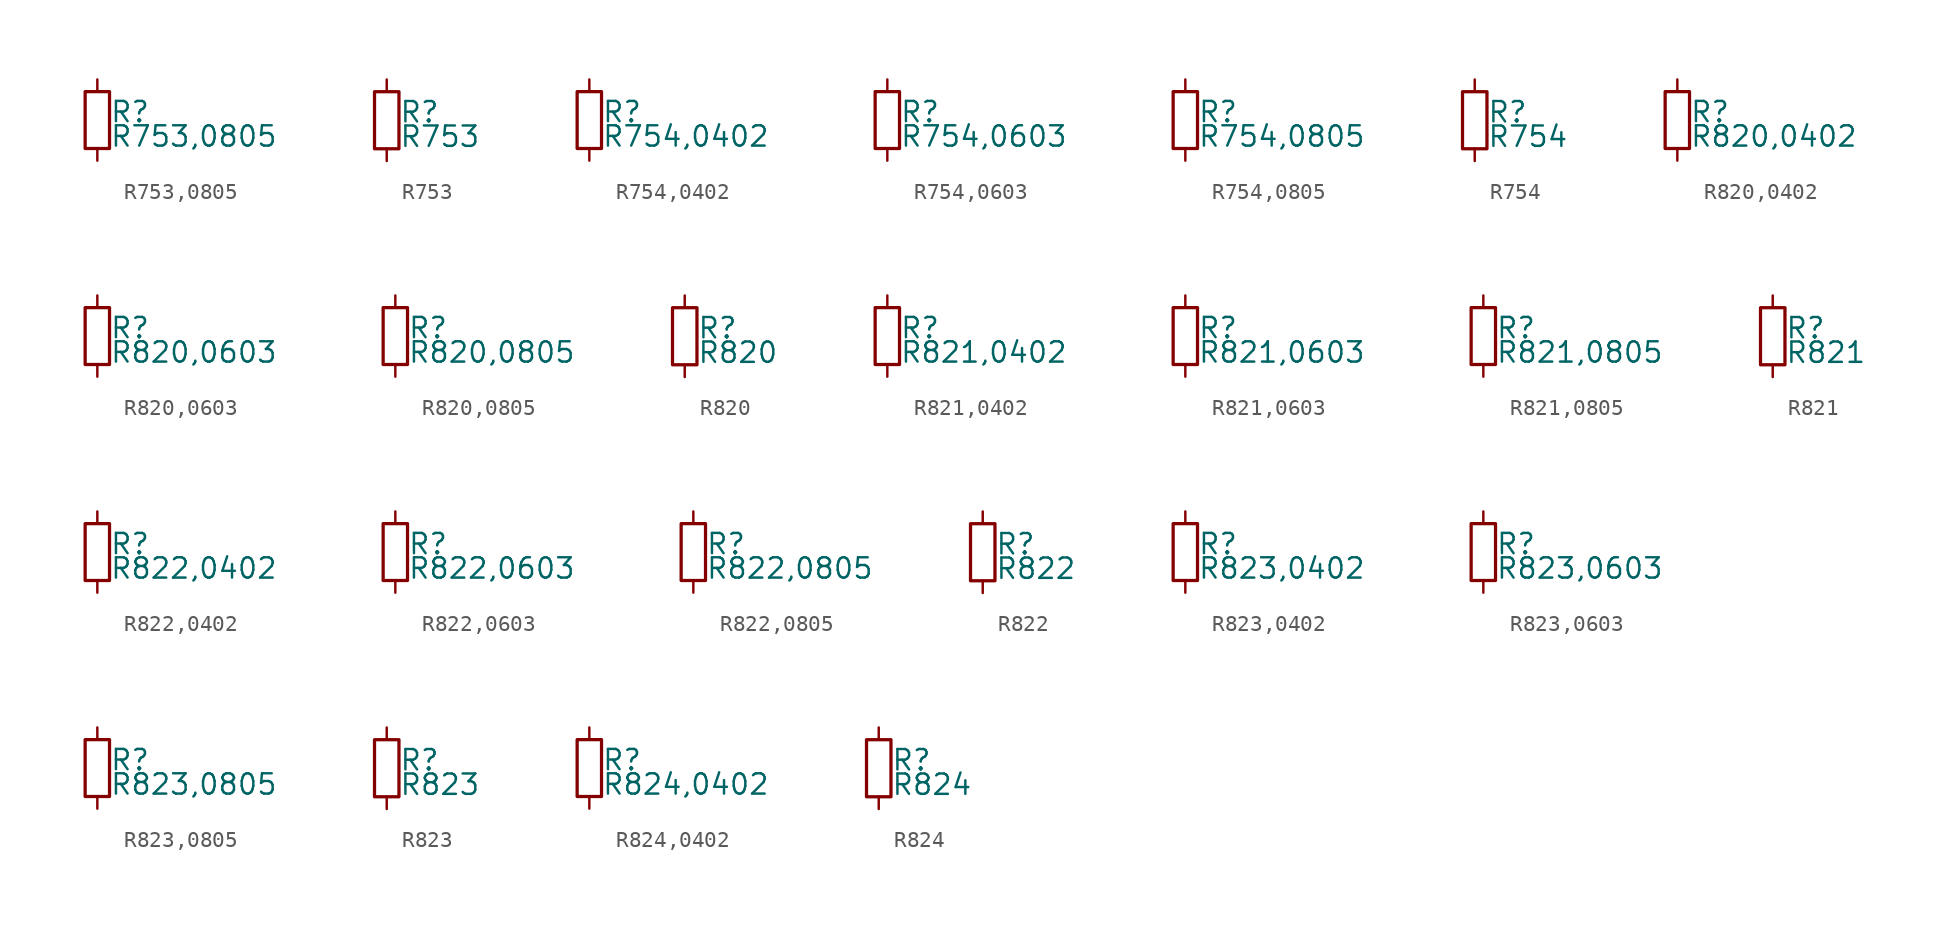
<source format=kicad_sym>
(kicad_symbol_lib
  (version 20211014)
  (generator kicad_symbol_editor)
  (symbol "R753,0805"
    (pin_numbers hide)
    (pin_names
      (offset 0.254) hide)
    (property "Reference" "R"
      (at 0.762 0.508 0)
      (effects (font (size 1.27 1.27)) (justify left)))
    (property "Value" "R753,0805"
      (at 0.762 -1.016 0)
      (effects (font (size 1.27 1.27)) (justify left)))
    (symbol "R753,0805_0_1"
      (rectangle (start -0.762 1.778) (end 0.762 -1.778) (stroke (width 0.203) (type default) (color 0 0 0 0)) (fill (type none))))
    (symbol "R753,0805_1_1"
      (pin passive line (at 0 2.54 270) (length 0.762) (name "~" (effects (font (size 1.27 1.27)))) (number "1" (effects (font (size 1.27 1.27)))))
      (pin passive line (at 0 -2.54 90) (length 0.762) (name "~" (effects (font (size 1.27 1.27)))) (number "2" (effects (font (size 1.27 1.27)))))))
  (symbol "R753"
    (pin_numbers hide)
    (pin_names
      (offset 0.254) hide)
    (property "Reference" "R"
      (at 0.762 0.508 0)
      (effects (font (size 1.27 1.27)) (justify left)))
    (property "Value" "R753"
      (at 0.762 -1.016 0)
      (effects (font (size 1.27 1.27)) (justify left)))
    (symbol "R753_0_1"
      (rectangle (start -0.762 1.778) (end 0.762 -1.778) (stroke (width 0.203) (type default) (color 0 0 0 0)) (fill (type none))))
    (symbol "R753_1_1"
      (pin passive line (at 0 2.54 270) (length 0.762) (name "~" (effects (font (size 1.27 1.27)))) (number "1" (effects (font (size 1.27 1.27)))))
      (pin passive line (at 0 -2.54 90) (length 0.762) (name "~" (effects (font (size 1.27 1.27)))) (number "2" (effects (font (size 1.27 1.27)))))))
  (symbol "R754,0402"
    (pin_numbers hide)
    (pin_names
      (offset 0.254) hide)
    (property "Reference" "R"
      (at 0.762 0.508 0)
      (effects (font (size 1.27 1.27)) (justify left)))
    (property "Value" "R754,0402"
      (at 0.762 -1.016 0)
      (effects (font (size 1.27 1.27)) (justify left)))
    (symbol "R754,0402_0_1"
      (rectangle (start -0.762 1.778) (end 0.762 -1.778) (stroke (width 0.203) (type default) (color 0 0 0 0)) (fill (type none))))
    (symbol "R754,0402_1_1"
      (pin passive line (at 0 2.54 270) (length 0.762) (name "~" (effects (font (size 1.27 1.27)))) (number "1" (effects (font (size 1.27 1.27)))))
      (pin passive line (at 0 -2.54 90) (length 0.762) (name "~" (effects (font (size 1.27 1.27)))) (number "2" (effects (font (size 1.27 1.27)))))))
  (symbol "R754,0603"
    (pin_numbers hide)
    (pin_names
      (offset 0.254) hide)
    (property "Reference" "R"
      (at 0.762 0.508 0)
      (effects (font (size 1.27 1.27)) (justify left)))
    (property "Value" "R754,0603"
      (at 0.762 -1.016 0)
      (effects (font (size 1.27 1.27)) (justify left)))
    (symbol "R754,0603_0_1"
      (rectangle (start -0.762 1.778) (end 0.762 -1.778) (stroke (width 0.203) (type default) (color 0 0 0 0)) (fill (type none))))
    (symbol "R754,0603_1_1"
      (pin passive line (at 0 2.54 270) (length 0.762) (name "~" (effects (font (size 1.27 1.27)))) (number "1" (effects (font (size 1.27 1.27)))))
      (pin passive line (at 0 -2.54 90) (length 0.762) (name "~" (effects (font (size 1.27 1.27)))) (number "2" (effects (font (size 1.27 1.27)))))))
  (symbol "R754,0805"
    (pin_numbers hide)
    (pin_names
      (offset 0.254) hide)
    (property "Reference" "R"
      (at 0.762 0.508 0)
      (effects (font (size 1.27 1.27)) (justify left)))
    (property "Value" "R754,0805"
      (at 0.762 -1.016 0)
      (effects (font (size 1.27 1.27)) (justify left)))
    (symbol "R754,0805_0_1"
      (rectangle (start -0.762 1.778) (end 0.762 -1.778) (stroke (width 0.203) (type default) (color 0 0 0 0)) (fill (type none))))
    (symbol "R754,0805_1_1"
      (pin passive line (at 0 2.54 270) (length 0.762) (name "~" (effects (font (size 1.27 1.27)))) (number "1" (effects (font (size 1.27 1.27)))))
      (pin passive line (at 0 -2.54 90) (length 0.762) (name "~" (effects (font (size 1.27 1.27)))) (number "2" (effects (font (size 1.27 1.27)))))))
  (symbol "R754"
    (pin_numbers hide)
    (pin_names
      (offset 0.254) hide)
    (property "Reference" "R"
      (at 0.762 0.508 0)
      (effects (font (size 1.27 1.27)) (justify left)))
    (property "Value" "R754"
      (at 0.762 -1.016 0)
      (effects (font (size 1.27 1.27)) (justify left)))
    (symbol "R754_0_1"
      (rectangle (start -0.762 1.778) (end 0.762 -1.778) (stroke (width 0.203) (type default) (color 0 0 0 0)) (fill (type none))))
    (symbol "R754_1_1"
      (pin passive line (at 0 2.54 270) (length 0.762) (name "~" (effects (font (size 1.27 1.27)))) (number "1" (effects (font (size 1.27 1.27)))))
      (pin passive line (at 0 -2.54 90) (length 0.762) (name "~" (effects (font (size 1.27 1.27)))) (number "2" (effects (font (size 1.27 1.27)))))))
  (symbol "R820,0402"
    (pin_numbers hide)
    (pin_names
      (offset 0.254) hide)
    (property "Reference" "R"
      (at 0.762 0.508 0)
      (effects (font (size 1.27 1.27)) (justify left)))
    (property "Value" "R820,0402"
      (at 0.762 -1.016 0)
      (effects (font (size 1.27 1.27)) (justify left)))
    (symbol "R820,0402_0_1"
      (rectangle (start -0.762 1.778) (end 0.762 -1.778) (stroke (width 0.203) (type default) (color 0 0 0 0)) (fill (type none))))
    (symbol "R820,0402_1_1"
      (pin passive line (at 0 2.54 270) (length 0.762) (name "~" (effects (font (size 1.27 1.27)))) (number "1" (effects (font (size 1.27 1.27)))))
      (pin passive line (at 0 -2.54 90) (length 0.762) (name "~" (effects (font (size 1.27 1.27)))) (number "2" (effects (font (size 1.27 1.27)))))))
  (symbol "R820,0603"
    (pin_numbers hide)
    (pin_names
      (offset 0.254) hide)
    (property "Reference" "R"
      (at 0.762 0.508 0)
      (effects (font (size 1.27 1.27)) (justify left)))
    (property "Value" "R820,0603"
      (at 0.762 -1.016 0)
      (effects (font (size 1.27 1.27)) (justify left)))
    (symbol "R820,0603_0_1"
      (rectangle (start -0.762 1.778) (end 0.762 -1.778) (stroke (width 0.203) (type default) (color 0 0 0 0)) (fill (type none))))
    (symbol "R820,0603_1_1"
      (pin passive line (at 0 2.54 270) (length 0.762) (name "~" (effects (font (size 1.27 1.27)))) (number "1" (effects (font (size 1.27 1.27)))))
      (pin passive line (at 0 -2.54 90) (length 0.762) (name "~" (effects (font (size 1.27 1.27)))) (number "2" (effects (font (size 1.27 1.27)))))))
  (symbol "R820,0805"
    (pin_numbers hide)
    (pin_names
      (offset 0.254) hide)
    (property "Reference" "R"
      (at 0.762 0.508 0)
      (effects (font (size 1.27 1.27)) (justify left)))
    (property "Value" "R820,0805"
      (at 0.762 -1.016 0)
      (effects (font (size 1.27 1.27)) (justify left)))
    (symbol "R820,0805_0_1"
      (rectangle (start -0.762 1.778) (end 0.762 -1.778) (stroke (width 0.203) (type default) (color 0 0 0 0)) (fill (type none))))
    (symbol "R820,0805_1_1"
      (pin passive line (at 0 2.54 270) (length 0.762) (name "~" (effects (font (size 1.27 1.27)))) (number "1" (effects (font (size 1.27 1.27)))))
      (pin passive line (at 0 -2.54 90) (length 0.762) (name "~" (effects (font (size 1.27 1.27)))) (number "2" (effects (font (size 1.27 1.27)))))))
  (symbol "R820"
    (pin_numbers hide)
    (pin_names
      (offset 0.254) hide)
    (property "Reference" "R"
      (at 0.762 0.508 0)
      (effects (font (size 1.27 1.27)) (justify left)))
    (property "Value" "R820"
      (at 0.762 -1.016 0)
      (effects (font (size 1.27 1.27)) (justify left)))
    (symbol "R820_0_1"
      (rectangle (start -0.762 1.778) (end 0.762 -1.778) (stroke (width 0.203) (type default) (color 0 0 0 0)) (fill (type none))))
    (symbol "R820_1_1"
      (pin passive line (at 0 2.54 270) (length 0.762) (name "~" (effects (font (size 1.27 1.27)))) (number "1" (effects (font (size 1.27 1.27)))))
      (pin passive line (at 0 -2.54 90) (length 0.762) (name "~" (effects (font (size 1.27 1.27)))) (number "2" (effects (font (size 1.27 1.27)))))))
  (symbol "R821,0402"
    (pin_numbers hide)
    (pin_names
      (offset 0.254) hide)
    (property "Reference" "R"
      (at 0.762 0.508 0)
      (effects (font (size 1.27 1.27)) (justify left)))
    (property "Value" "R821,0402"
      (at 0.762 -1.016 0)
      (effects (font (size 1.27 1.27)) (justify left)))
    (symbol "R821,0402_0_1"
      (rectangle (start -0.762 1.778) (end 0.762 -1.778) (stroke (width 0.203) (type default) (color 0 0 0 0)) (fill (type none))))
    (symbol "R821,0402_1_1"
      (pin passive line (at 0 2.54 270) (length 0.762) (name "~" (effects (font (size 1.27 1.27)))) (number "1" (effects (font (size 1.27 1.27)))))
      (pin passive line (at 0 -2.54 90) (length 0.762) (name "~" (effects (font (size 1.27 1.27)))) (number "2" (effects (font (size 1.27 1.27)))))))
  (symbol "R821,0603"
    (pin_numbers hide)
    (pin_names
      (offset 0.254) hide)
    (property "Reference" "R"
      (at 0.762 0.508 0)
      (effects (font (size 1.27 1.27)) (justify left)))
    (property "Value" "R821,0603"
      (at 0.762 -1.016 0)
      (effects (font (size 1.27 1.27)) (justify left)))
    (symbol "R821,0603_0_1"
      (rectangle (start -0.762 1.778) (end 0.762 -1.778) (stroke (width 0.203) (type default) (color 0 0 0 0)) (fill (type none))))
    (symbol "R821,0603_1_1"
      (pin passive line (at 0 2.54 270) (length 0.762) (name "~" (effects (font (size 1.27 1.27)))) (number "1" (effects (font (size 1.27 1.27)))))
      (pin passive line (at 0 -2.54 90) (length 0.762) (name "~" (effects (font (size 1.27 1.27)))) (number "2" (effects (font (size 1.27 1.27)))))))
  (symbol "R821,0805"
    (pin_numbers hide)
    (pin_names
      (offset 0.254) hide)
    (property "Reference" "R"
      (at 0.762 0.508 0)
      (effects (font (size 1.27 1.27)) (justify left)))
    (property "Value" "R821,0805"
      (at 0.762 -1.016 0)
      (effects (font (size 1.27 1.27)) (justify left)))
    (symbol "R821,0805_0_1"
      (rectangle (start -0.762 1.778) (end 0.762 -1.778) (stroke (width 0.203) (type default) (color 0 0 0 0)) (fill (type none))))
    (symbol "R821,0805_1_1"
      (pin passive line (at 0 2.54 270) (length 0.762) (name "~" (effects (font (size 1.27 1.27)))) (number "1" (effects (font (size 1.27 1.27)))))
      (pin passive line (at 0 -2.54 90) (length 0.762) (name "~" (effects (font (size 1.27 1.27)))) (number "2" (effects (font (size 1.27 1.27)))))))
  (symbol "R821"
    (pin_numbers hide)
    (pin_names
      (offset 0.254) hide)
    (property "Reference" "R"
      (at 0.762 0.508 0)
      (effects (font (size 1.27 1.27)) (justify left)))
    (property "Value" "R821"
      (at 0.762 -1.016 0)
      (effects (font (size 1.27 1.27)) (justify left)))
    (symbol "R821_0_1"
      (rectangle (start -0.762 1.778) (end 0.762 -1.778) (stroke (width 0.203) (type default) (color 0 0 0 0)) (fill (type none))))
    (symbol "R821_1_1"
      (pin passive line (at 0 2.54 270) (length 0.762) (name "~" (effects (font (size 1.27 1.27)))) (number "1" (effects (font (size 1.27 1.27)))))
      (pin passive line (at 0 -2.54 90) (length 0.762) (name "~" (effects (font (size 1.27 1.27)))) (number "2" (effects (font (size 1.27 1.27)))))))
  (symbol "R822,0402"
    (pin_numbers hide)
    (pin_names
      (offset 0.254) hide)
    (property "Reference" "R"
      (at 0.762 0.508 0)
      (effects (font (size 1.27 1.27)) (justify left)))
    (property "Value" "R822,0402"
      (at 0.762 -1.016 0)
      (effects (font (size 1.27 1.27)) (justify left)))
    (symbol "R822,0402_0_1"
      (rectangle (start -0.762 1.778) (end 0.762 -1.778) (stroke (width 0.203) (type default) (color 0 0 0 0)) (fill (type none))))
    (symbol "R822,0402_1_1"
      (pin passive line (at 0 2.54 270) (length 0.762) (name "~" (effects (font (size 1.27 1.27)))) (number "1" (effects (font (size 1.27 1.27)))))
      (pin passive line (at 0 -2.54 90) (length 0.762) (name "~" (effects (font (size 1.27 1.27)))) (number "2" (effects (font (size 1.27 1.27)))))))
  (symbol "R822,0603"
    (pin_numbers hide)
    (pin_names
      (offset 0.254) hide)
    (property "Reference" "R"
      (at 0.762 0.508 0)
      (effects (font (size 1.27 1.27)) (justify left)))
    (property "Value" "R822,0603"
      (at 0.762 -1.016 0)
      (effects (font (size 1.27 1.27)) (justify left)))
    (symbol "R822,0603_0_1"
      (rectangle (start -0.762 1.778) (end 0.762 -1.778) (stroke (width 0.203) (type default) (color 0 0 0 0)) (fill (type none))))
    (symbol "R822,0603_1_1"
      (pin passive line (at 0 2.54 270) (length 0.762) (name "~" (effects (font (size 1.27 1.27)))) (number "1" (effects (font (size 1.27 1.27)))))
      (pin passive line (at 0 -2.54 90) (length 0.762) (name "~" (effects (font (size 1.27 1.27)))) (number "2" (effects (font (size 1.27 1.27)))))))
  (symbol "R822,0805"
    (pin_numbers hide)
    (pin_names
      (offset 0.254) hide)
    (property "Reference" "R"
      (at 0.762 0.508 0)
      (effects (font (size 1.27 1.27)) (justify left)))
    (property "Value" "R822,0805"
      (at 0.762 -1.016 0)
      (effects (font (size 1.27 1.27)) (justify left)))
    (symbol "R822,0805_0_1"
      (rectangle (start -0.762 1.778) (end 0.762 -1.778) (stroke (width 0.203) (type default) (color 0 0 0 0)) (fill (type none))))
    (symbol "R822,0805_1_1"
      (pin passive line (at 0 2.54 270) (length 0.762) (name "~" (effects (font (size 1.27 1.27)))) (number "1" (effects (font (size 1.27 1.27)))))
      (pin passive line (at 0 -2.54 90) (length 0.762) (name "~" (effects (font (size 1.27 1.27)))) (number "2" (effects (font (size 1.27 1.27)))))))
  (symbol "R822"
    (pin_numbers hide)
    (pin_names
      (offset 0.254) hide)
    (property "Reference" "R"
      (at 0.762 0.508 0)
      (effects (font (size 1.27 1.27)) (justify left)))
    (property "Value" "R822"
      (at 0.762 -1.016 0)
      (effects (font (size 1.27 1.27)) (justify left)))
    (symbol "R822_0_1"
      (rectangle (start -0.762 1.778) (end 0.762 -1.778) (stroke (width 0.203) (type default) (color 0 0 0 0)) (fill (type none))))
    (symbol "R822_1_1"
      (pin passive line (at 0 2.54 270) (length 0.762) (name "~" (effects (font (size 1.27 1.27)))) (number "1" (effects (font (size 1.27 1.27)))))
      (pin passive line (at 0 -2.54 90) (length 0.762) (name "~" (effects (font (size 1.27 1.27)))) (number "2" (effects (font (size 1.27 1.27)))))))
  (symbol "R823,0402"
    (pin_numbers hide)
    (pin_names
      (offset 0.254) hide)
    (property "Reference" "R"
      (at 0.762 0.508 0)
      (effects (font (size 1.27 1.27)) (justify left)))
    (property "Value" "R823,0402"
      (at 0.762 -1.016 0)
      (effects (font (size 1.27 1.27)) (justify left)))
    (symbol "R823,0402_0_1"
      (rectangle (start -0.762 1.778) (end 0.762 -1.778) (stroke (width 0.203) (type default) (color 0 0 0 0)) (fill (type none))))
    (symbol "R823,0402_1_1"
      (pin passive line (at 0 2.54 270) (length 0.762) (name "~" (effects (font (size 1.27 1.27)))) (number "1" (effects (font (size 1.27 1.27)))))
      (pin passive line (at 0 -2.54 90) (length 0.762) (name "~" (effects (font (size 1.27 1.27)))) (number "2" (effects (font (size 1.27 1.27)))))))
  (symbol "R823,0603"
    (pin_numbers hide)
    (pin_names
      (offset 0.254) hide)
    (property "Reference" "R"
      (at 0.762 0.508 0)
      (effects (font (size 1.27 1.27)) (justify left)))
    (property "Value" "R823,0603"
      (at 0.762 -1.016 0)
      (effects (font (size 1.27 1.27)) (justify left)))
    (symbol "R823,0603_0_1"
      (rectangle (start -0.762 1.778) (end 0.762 -1.778) (stroke (width 0.203) (type default) (color 0 0 0 0)) (fill (type none))))
    (symbol "R823,0603_1_1"
      (pin passive line (at 0 2.54 270) (length 0.762) (name "~" (effects (font (size 1.27 1.27)))) (number "1" (effects (font (size 1.27 1.27)))))
      (pin passive line (at 0 -2.54 90) (length 0.762) (name "~" (effects (font (size 1.27 1.27)))) (number "2" (effects (font (size 1.27 1.27)))))))
  (symbol "R823,0805"
    (pin_numbers hide)
    (pin_names
      (offset 0.254) hide)
    (property "Reference" "R"
      (at 0.762 0.508 0)
      (effects (font (size 1.27 1.27)) (justify left)))
    (property "Value" "R823,0805"
      (at 0.762 -1.016 0)
      (effects (font (size 1.27 1.27)) (justify left)))
    (symbol "R823,0805_0_1"
      (rectangle (start -0.762 1.778) (end 0.762 -1.778) (stroke (width 0.203) (type default) (color 0 0 0 0)) (fill (type none))))
    (symbol "R823,0805_1_1"
      (pin passive line (at 0 2.54 270) (length 0.762) (name "~" (effects (font (size 1.27 1.27)))) (number "1" (effects (font (size 1.27 1.27)))))
      (pin passive line (at 0 -2.54 90) (length 0.762) (name "~" (effects (font (size 1.27 1.27)))) (number "2" (effects (font (size 1.27 1.27)))))))
  (symbol "R823"
    (pin_numbers hide)
    (pin_names
      (offset 0.254) hide)
    (property "Reference" "R"
      (at 0.762 0.508 0)
      (effects (font (size 1.27 1.27)) (justify left)))
    (property "Value" "R823"
      (at 0.762 -1.016 0)
      (effects (font (size 1.27 1.27)) (justify left)))
    (symbol "R823_0_1"
      (rectangle (start -0.762 1.778) (end 0.762 -1.778) (stroke (width 0.203) (type default) (color 0 0 0 0)) (fill (type none))))
    (symbol "R823_1_1"
      (pin passive line (at 0 2.54 270) (length 0.762) (name "~" (effects (font (size 1.27 1.27)))) (number "1" (effects (font (size 1.27 1.27)))))
      (pin passive line (at 0 -2.54 90) (length 0.762) (name "~" (effects (font (size 1.27 1.27)))) (number "2" (effects (font (size 1.27 1.27)))))))
  (symbol "R824,0402"
    (pin_numbers hide)
    (pin_names
      (offset 0.254) hide)
    (property "Reference" "R"
      (at 0.762 0.508 0)
      (effects (font (size 1.27 1.27)) (justify left)))
    (property "Value" "R824,0402"
      (at 0.762 -1.016 0)
      (effects (font (size 1.27 1.27)) (justify left)))
    (symbol "R824,0402_0_1"
      (rectangle (start -0.762 1.778) (end 0.762 -1.778) (stroke (width 0.203) (type default) (color 0 0 0 0)) (fill (type none))))
    (symbol "R824,0402_1_1"
      (pin passive line (at 0 2.54 270) (length 0.762) (name "~" (effects (font (size 1.27 1.27)))) (number "1" (effects (font (size 1.27 1.27)))))
      (pin passive line (at 0 -2.54 90) (length 0.762) (name "~" (effects (font (size 1.27 1.27)))) (number "2" (effects (font (size 1.27 1.27)))))))
  (symbol "R824"
    (pin_numbers hide)
    (pin_names
      (offset 0.254) hide)
    (property "Reference" "R"
      (at 0.762 0.508 0)
      (effects (font (size 1.27 1.27)) (justify left)))
    (property "Value" "R824"
      (at 0.762 -1.016 0)
      (effects (font (size 1.27 1.27)) (justify left)))
    (symbol "R824_0_1"
      (rectangle (start -0.762 1.778) (end 0.762 -1.778) (stroke (width 0.203) (type default) (color 0 0 0 0)) (fill (type none))))
    (symbol "R824_1_1"
      (pin passive line (at 0 2.54 270) (length 0.762) (name "~" (effects (font (size 1.27 1.27)))) (number "1" (effects (font (size 1.27 1.27)))))
      (pin passive line (at 0 -2.54 90) (length 0.762) (name "~" (effects (font (size 1.27 1.27)))) (number "2" (effects (font (size 1.27 1.27))))))))
</source>
